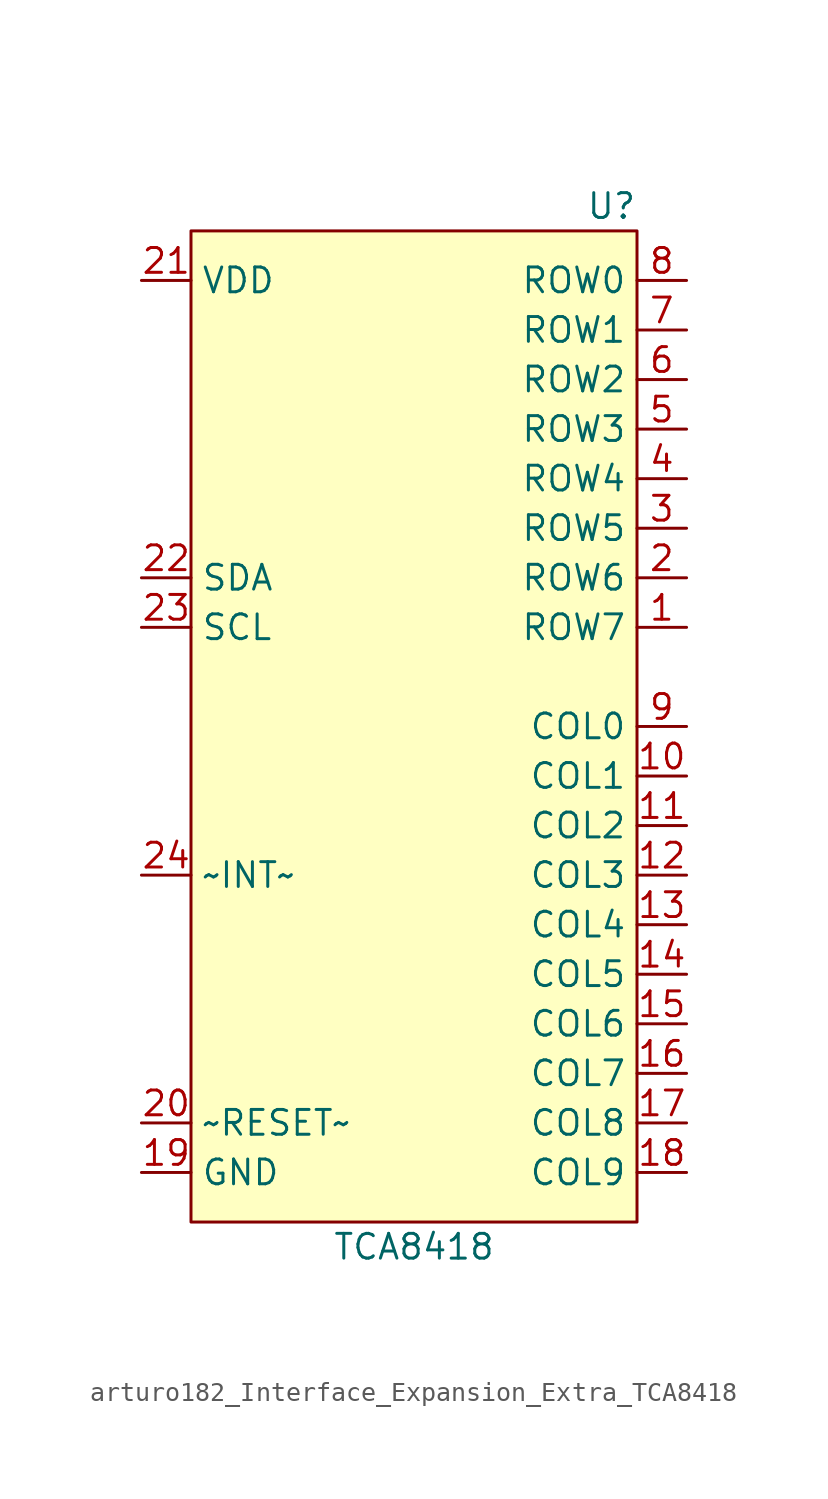
<source format=kicad_sym>
(kicad_symbol_lib
  (version 20220914)
  (generator kicad_symbol_editor)
  (symbol "Interface_Expansion_Extra:arturo182_Interface_Expansion_Extra_TCA8418"
    (property "Reference" "U"
      (at 11.43 26.67 0)
      (effects (font (size 1.27 1.27)) (justify right)))
    (property "Value" "TCA8418"
      (at 0 -26.67 0)
      (effects (font (size 1.27 1.27))))
    (symbol "arturo182_Interface_Expansion_Extra_TCA8418_0_1"
      (rectangle (start -11.43 25.4) (end 11.43 -25.4) (stroke (width 0)) (fill (type background))))
    (symbol "arturo182_Interface_Expansion_Extra_TCA8418_1_1"
      (pin bidirectional line (at 13.97 5.08 180) (length 2.54) (name "ROW7" (effects (font (size 1.27 1.27)))) (number "1" (effects (font (size 1.27 1.27)))))
      (pin bidirectional line (at 13.97 -2.54 180) (length 2.54) (name "COL1" (effects (font (size 1.27 1.27)))) (number "10" (effects (font (size 1.27 1.27)))))
      (pin bidirectional line (at 13.97 -5.08 180) (length 2.54) (name "COL2" (effects (font (size 1.27 1.27)))) (number "11" (effects (font (size 1.27 1.27)))))
      (pin bidirectional line (at 13.97 -7.62 180) (length 2.54) (name "COL3" (effects (font (size 1.27 1.27)))) (number "12" (effects (font (size 1.27 1.27)))))
      (pin bidirectional line (at 13.97 -10.16 180) (length 2.54) (name "COL4" (effects (font (size 1.27 1.27)))) (number "13" (effects (font (size 1.27 1.27)))))
      (pin bidirectional line (at 13.97 -12.7 180) (length 2.54) (name "COL5" (effects (font (size 1.27 1.27)))) (number "14" (effects (font (size 1.27 1.27)))))
      (pin bidirectional line (at 13.97 -15.24 180) (length 2.54) (name "COL6" (effects (font (size 1.27 1.27)))) (number "15" (effects (font (size 1.27 1.27)))))
      (pin bidirectional line (at 13.97 -17.78 180) (length 2.54) (name "COL7" (effects (font (size 1.27 1.27)))) (number "16" (effects (font (size 1.27 1.27)))))
      (pin bidirectional line (at 13.97 -20.32 180) (length 2.54) (name "COL8" (effects (font (size 1.27 1.27)))) (number "17" (effects (font (size 1.27 1.27)))))
      (pin bidirectional line (at 13.97 -22.86 180) (length 2.54) (name "COL9" (effects (font (size 1.27 1.27)))) (number "18" (effects (font (size 1.27 1.27)))))
      (pin power_in line (at -13.97 -22.86 0) (length 2.54) (name "GND" (effects (font (size 1.27 1.27)))) (number "19" (effects (font (size 1.27 1.27)))))
      (pin bidirectional line (at 13.97 7.62 180) (length 2.54) (name "ROW6" (effects (font (size 1.27 1.27)))) (number "2" (effects (font (size 1.27 1.27)))))
      (pin input line (at -13.97 -20.32 0) (length 2.54) (name "~RESET~" (effects (font (size 1.27 1.27)))) (number "20" (effects (font (size 1.27 1.27)))))
      (pin power_in line (at -13.97 22.86 0) (length 2.54) (name "VDD" (effects (font (size 1.27 1.27)))) (number "21" (effects (font (size 1.27 1.27)))))
      (pin bidirectional line (at -13.97 7.62 0) (length 2.54) (name "SDA" (effects (font (size 1.27 1.27)))) (number "22" (effects (font (size 1.27 1.27)))))
      (pin input line (at -13.97 5.08 0) (length 2.54) (name "SCL" (effects (font (size 1.27 1.27)))) (number "23" (effects (font (size 1.27 1.27)))))
      (pin output line (at -13.97 -7.62 0) (length 2.54) (name "~INT~" (effects (font (size 1.27 1.27)))) (number "24" (effects (font (size 1.27 1.27)))))
      (pin bidirectional line (at 13.97 10.16 180) (length 2.54) (name "ROW5" (effects (font (size 1.27 1.27)))) (number "3" (effects (font (size 1.27 1.27)))))
      (pin bidirectional line (at 13.97 12.7 180) (length 2.54) (name "ROW4" (effects (font (size 1.27 1.27)))) (number "4" (effects (font (size 1.27 1.27)))))
      (pin bidirectional line (at 13.97 15.24 180) (length 2.54) (name "ROW3" (effects (font (size 1.27 1.27)))) (number "5" (effects (font (size 1.27 1.27)))))
      (pin bidirectional line (at 13.97 17.78 180) (length 2.54) (name "ROW2" (effects (font (size 1.27 1.27)))) (number "6" (effects (font (size 1.27 1.27)))))
      (pin bidirectional line (at 13.97 20.32 180) (length 2.54) (name "ROW1" (effects (font (size 1.27 1.27)))) (number "7" (effects (font (size 1.27 1.27)))))
      (pin bidirectional line (at 13.97 22.86 180) (length 2.54) (name "ROW0" (effects (font (size 1.27 1.27)))) (number "8" (effects (font (size 1.27 1.27)))))
      (pin bidirectional line (at 13.97 0 180) (length 2.54) (name "COL0" (effects (font (size 1.27 1.27)))) (number "9" (effects (font (size 1.27 1.27))))))))
</source>
